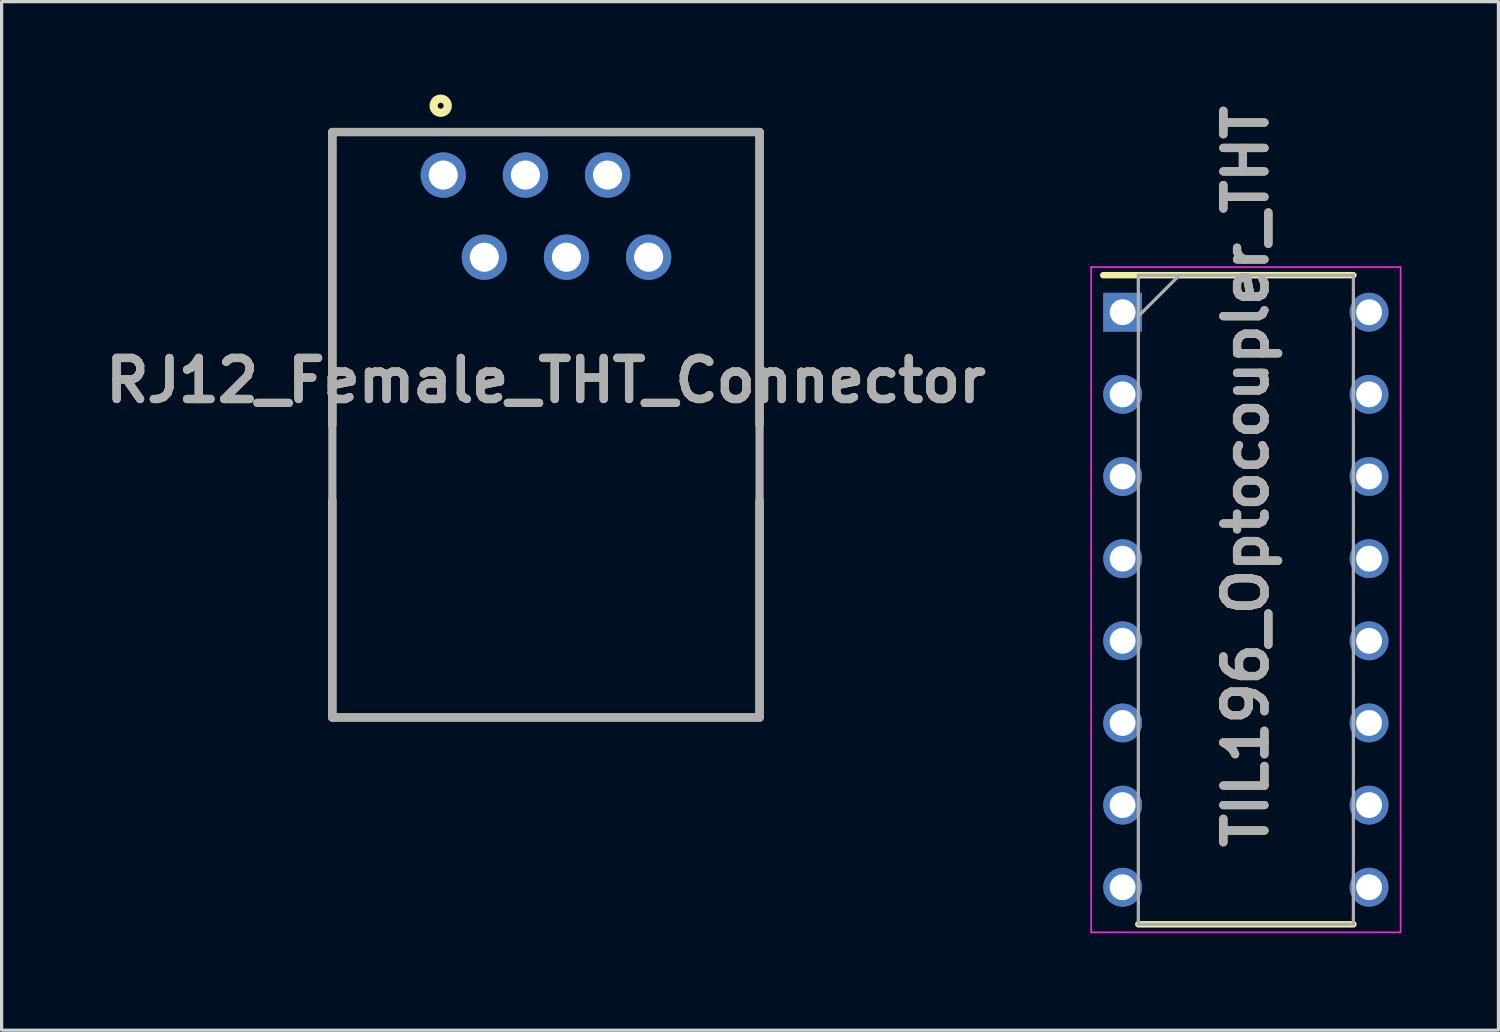
<source format=kicad_pcb>
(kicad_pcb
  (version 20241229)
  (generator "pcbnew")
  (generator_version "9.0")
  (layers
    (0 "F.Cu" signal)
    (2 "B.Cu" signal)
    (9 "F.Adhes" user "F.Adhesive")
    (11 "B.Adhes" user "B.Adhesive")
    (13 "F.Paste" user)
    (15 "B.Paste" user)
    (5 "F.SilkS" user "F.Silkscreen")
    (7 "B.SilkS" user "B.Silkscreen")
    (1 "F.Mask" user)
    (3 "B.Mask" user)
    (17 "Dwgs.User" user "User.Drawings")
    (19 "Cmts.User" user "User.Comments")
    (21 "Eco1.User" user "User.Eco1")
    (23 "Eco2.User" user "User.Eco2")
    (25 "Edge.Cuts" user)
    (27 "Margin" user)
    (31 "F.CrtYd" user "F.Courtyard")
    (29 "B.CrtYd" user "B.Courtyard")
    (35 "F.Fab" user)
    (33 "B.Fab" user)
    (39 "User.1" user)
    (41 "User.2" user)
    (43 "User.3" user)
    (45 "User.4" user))
  (footprint "RJ12_Female_THT_Connector"
    (layer "F.Cu")
    (at 18.911 11.253)
    (property "Reference" "RJ12_Female_THT_Connector" (at -5.08 -2.54 0) (layer "F.SilkS") (effects (font (size 1.27 1.27) (thickness 0.254))))
    (attr through_hole)
    (fp_line (start -11.685 -10.22) (end -11.685 -1.17) (stroke (width 0.254) (type solid)) (layer "F.SilkS"))
    (fp_line (start -11.685 -10.22) (end 1.525 -10.22) (stroke (width 0.254) (type solid)) (layer "F.SilkS"))
    (fp_line (start -11.685 7.88) (end -11.685 1.17) (stroke (width 0.254) (type solid)) (layer "F.SilkS"))
    (fp_line (start 1.525 -10.22) (end 1.525 -1.17) (stroke (width 0.254) (type solid)) (layer "F.SilkS"))
    (fp_line (start 1.525 7.88) (end -11.685 7.88) (stroke (width 0.254) (type solid)) (layer "F.SilkS"))
    (fp_line (start 1.525 7.88) (end 1.525 1.17) (stroke (width 0.254) (type solid)) (layer "F.SilkS"))
    (fp_circle (center -8.335 -11.034) (end -8.335 -10.942) (stroke (width 0.254) (type solid)) (fill no) (layer "F.SilkS"))
    (fp_line (start -11.685 -10.22) (end 1.525 -10.22) (stroke (width 0.254) (type solid)) (layer "F.Fab"))
    (fp_line (start -11.685 7.88) (end -11.685 -10.22) (stroke (width 0.254) (type solid)) (layer "F.Fab"))
    (fp_line (start 1.525 -10.22) (end 1.525 7.88) (stroke (width 0.254) (type solid)) (layer "F.Fab"))
    (fp_line (start 1.525 7.88) (end -11.685 7.88) (stroke (width 0.254) (type solid)) (layer "F.Fab"))
    (fp_text user "${REFERENCE}" (at -5.08 -2.54 0) (layer "F.Fab") (effects (font (size 1.27 1.27) (thickness 0.254))))
    (pad "" np_thru_hole circle (at -10.16 0) (size 0.001 0.001) (drill 3.25) (layers "*.Cu" "*.Mask"))
    (pad "" np_thru_hole circle (at 0 0) (size 0.001 0.001) (drill 3.25) (layers "*.Cu" "*.Mask"))
    (pad "1" thru_hole circle (at -8.255 -8.89) (size 1.4 1.4) (drill 0.9) (layers "*.Cu" "*.Mask"))
    (pad "2" thru_hole circle (at -6.985 -6.35) (size 1.4 1.4) (drill 0.9) (layers "*.Cu" "*.Mask"))
    (pad "3" thru_hole circle (at -5.715 -8.89) (size 1.4 1.4) (drill 0.9) (layers "*.Cu" "*.Mask"))
    (pad "4" thru_hole circle (at -4.445 -6.35) (size 1.4 1.4) (drill 0.9) (layers "*.Cu" "*.Mask"))
    (pad "5" thru_hole circle (at -3.175 -8.89) (size 1.4 1.4) (drill 0.9) (layers "*.Cu" "*.Mask"))
    (pad "6" thru_hole circle (at -1.905 -6.35) (size 1.4 1.4) (drill 0.9) (layers "*.Cu" "*.Mask")))
  (footprint "TIL196_Optocoupler_THT"
    (layer "F.Cu")
    (at 35.472 15.494)
    (property "Reference" "TIL196_Optocoupler_THT" (at 0 -3.81 90) (layer "F.SilkS") (effects (font (size 1.27 1.27) (thickness 0.254))))
    (attr through_hole)
    (fp_line (start -4.41 -10.035) (end 3.325 -10.035) (stroke (width 0.2) (type solid)) (layer "F.SilkS"))
    (fp_line (start -3.325 10.035) (end 3.325 10.035) (stroke (width 0.2) (type solid)) (layer "F.SilkS"))
    (fp_line (start -4.785 -10.285) (end 4.785 -10.285) (stroke (width 0.05) (type solid)) (layer "F.CrtYd"))
    (fp_line (start -4.785 10.285) (end -4.785 -10.285) (stroke (width 0.05) (type solid)) (layer "F.CrtYd"))
    (fp_line (start 4.785 -10.285) (end 4.785 10.285) (stroke (width 0.05) (type solid)) (layer "F.CrtYd"))
    (fp_line (start 4.785 10.285) (end -4.785 10.285) (stroke (width 0.05) (type solid)) (layer "F.CrtYd"))
    (fp_line (start -3.325 -10.035) (end 3.325 -10.035) (stroke (width 0.1) (type solid)) (layer "F.Fab"))
    (fp_line (start -3.325 -8.765) (end -2.055 -10.035) (stroke (width 0.1) (type solid)) (layer "F.Fab"))
    (fp_line (start -3.325 10.035) (end -3.325 -10.035) (stroke (width 0.1) (type solid)) (layer "F.Fab"))
    (fp_line (start 3.325 -10.035) (end 3.325 10.035) (stroke (width 0.1) (type solid)) (layer "F.Fab"))
    (fp_line (start 3.325 10.035) (end -3.325 10.035) (stroke (width 0.1) (type solid)) (layer "F.Fab"))
    (fp_text user "${REFERENCE}" (at 0 -3.81 90) (layer "F.Fab") (effects (font (size 1.27 1.27) (thickness 0.254))))
    (pad "1" thru_hole rect (at -3.81 -8.89) (size 1.2 1.2) (drill 0.8) (layers "*.Cu" "*.Mask"))
    (pad "2" thru_hole circle (at -3.81 -6.35) (size 1.2 1.2) (drill 0.8) (layers "*.Cu" "*.Mask"))
    (pad "3" thru_hole circle (at -3.81 -3.81) (size 1.2 1.2) (drill 0.8) (layers "*.Cu" "*.Mask"))
    (pad "4" thru_hole circle (at -3.81 -1.27) (size 1.2 1.2) (drill 0.8) (layers "*.Cu" "*.Mask"))
    (pad "5" thru_hole circle (at -3.81 1.27) (size 1.2 1.2) (drill 0.8) (layers "*.Cu" "*.Mask"))
    (pad "6" thru_hole circle (at -3.81 3.81) (size 1.2 1.2) (drill 0.8) (layers "*.Cu" "*.Mask"))
    (pad "7" thru_hole circle (at -3.81 6.35) (size 1.2 1.2) (drill 0.8) (layers "*.Cu" "*.Mask"))
    (pad "8" thru_hole circle (at -3.81 8.89) (size 1.2 1.2) (drill 0.8) (layers "*.Cu" "*.Mask"))
    (pad "9" thru_hole circle (at 3.81 8.89) (size 1.2 1.2) (drill 0.8) (layers "*.Cu" "*.Mask"))
    (pad "10" thru_hole circle (at 3.81 6.35) (size 1.2 1.2) (drill 0.8) (layers "*.Cu" "*.Mask"))
    (pad "11" thru_hole circle (at 3.81 3.81) (size 1.2 1.2) (drill 0.8) (layers "*.Cu" "*.Mask"))
    (pad "12" thru_hole circle (at 3.81 1.27) (size 1.2 1.2) (drill 0.8) (layers "*.Cu" "*.Mask"))
    (pad "13" thru_hole circle (at 3.81 -1.27) (size 1.2 1.2) (drill 0.8) (layers "*.Cu" "*.Mask"))
    (pad "14" thru_hole circle (at 3.81 -3.81) (size 1.2 1.2) (drill 0.8) (layers "*.Cu" "*.Mask"))
    (pad "15" thru_hole circle (at 3.81 -6.35) (size 1.2 1.2) (drill 0.8) (layers "*.Cu" "*.Mask"))
    (pad "16" thru_hole circle (at 3.81 -8.89) (size 1.2 1.2) (drill 0.8) (layers "*.Cu" "*.Mask")))
  (gr_rect
    (start -3 -3)
    (end 43.282 28.804)
    (stroke (width 0.1) (type default))
    (fill no)
    (layer "Edge.Cuts")))
</source>
